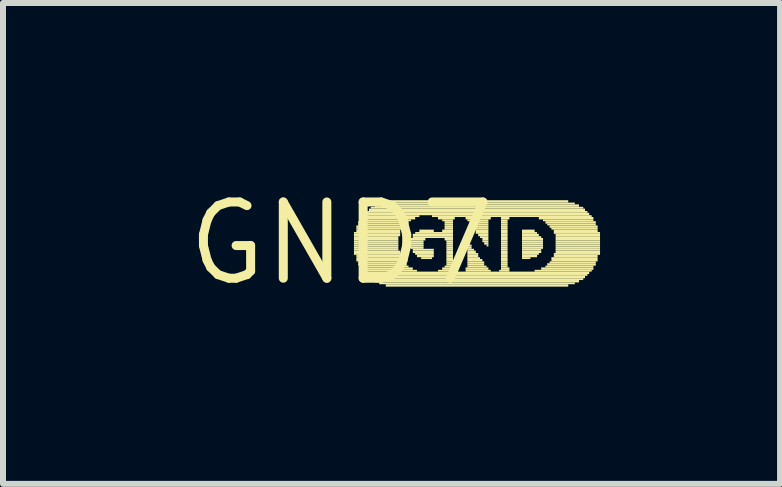
<source format=kicad_pcb>
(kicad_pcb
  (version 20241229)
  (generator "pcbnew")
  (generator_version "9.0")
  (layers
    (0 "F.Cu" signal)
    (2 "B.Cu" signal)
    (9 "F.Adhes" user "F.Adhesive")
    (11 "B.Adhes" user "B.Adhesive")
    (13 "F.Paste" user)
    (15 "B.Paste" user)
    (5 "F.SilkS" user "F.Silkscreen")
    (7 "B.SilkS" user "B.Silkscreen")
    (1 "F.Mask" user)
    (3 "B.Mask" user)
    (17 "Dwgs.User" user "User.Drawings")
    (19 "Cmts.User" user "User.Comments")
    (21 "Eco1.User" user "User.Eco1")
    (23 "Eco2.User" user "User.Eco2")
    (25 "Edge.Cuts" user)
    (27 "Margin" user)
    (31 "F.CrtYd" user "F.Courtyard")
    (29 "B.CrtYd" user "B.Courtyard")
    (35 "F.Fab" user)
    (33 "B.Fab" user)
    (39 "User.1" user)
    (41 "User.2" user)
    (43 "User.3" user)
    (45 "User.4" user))
  (footprint "GND7"
    (layer "F.Cu")
    (at 2.638 1.006)
    (property "Reference" "GND7" (at 0 0 0) (layer "F.SilkS") (effects (font (size 1.27 1.27) (thickness 0.15))))
    (fp_poly (pts (xy 0.21 -0.16) (xy 0.98 -0.16) (xy 0.98 -0.19) (xy 0.21 -0.19)) (stroke (width 0) (type default)) (fill yes) (layer "F.SilkS"))
    (fp_poly (pts (xy 0.21 -0.12) (xy 0.98 -0.12) (xy 0.98 -0.16) (xy 0.21 -0.16)) (stroke (width 0) (type default)) (fill yes) (layer "F.SilkS"))
    (fp_poly (pts (xy 0.21 -0.09) (xy 0.95 -0.09) (xy 0.95 -0.12) (xy 0.21 -0.12)) (stroke (width 0) (type default)) (fill yes) (layer "F.SilkS"))
    (fp_poly (pts (xy 0.21 -0.05) (xy 0.95 -0.05) (xy 0.95 -0.09) (xy 0.21 -0.09)) (stroke (width 0) (type default)) (fill yes) (layer "F.SilkS"))
    (fp_poly (pts (xy 0.21 -0.02) (xy 0.95 -0.02) (xy 0.95 -0.05) (xy 0.21 -0.05)) (stroke (width 0) (type default)) (fill yes) (layer "F.SilkS"))
    (fp_poly (pts (xy 0.21 0.02) (xy 0.95 0.02) (xy 0.95 -0.02) (xy 0.21 -0.02)) (stroke (width 0) (type default)) (fill yes) (layer "F.SilkS"))
    (fp_poly (pts (xy 0.21 0.05) (xy 0.95 0.05) (xy 0.95 0.02) (xy 0.21 0.02)) (stroke (width 0) (type default)) (fill yes) (layer "F.SilkS"))
    (fp_poly (pts (xy 0.21 0.09) (xy 0.95 0.09) (xy 0.95 0.05) (xy 0.21 0.05)) (stroke (width 0) (type default)) (fill yes) (layer "F.SilkS"))
    (fp_poly (pts (xy 0.21 0.12) (xy 0.95 0.12) (xy 0.95 0.09) (xy 0.21 0.09)) (stroke (width 0) (type default)) (fill yes) (layer "F.SilkS"))
    (fp_poly (pts (xy 0.21 0.16) (xy 0.98 0.16) (xy 0.98 0.12) (xy 0.21 0.12)) (stroke (width 0) (type default)) (fill yes) (layer "F.SilkS"))
    (fp_poly (pts (xy 0.21 0.19) (xy 0.98 0.19) (xy 0.98 0.16) (xy 0.21 0.16)) (stroke (width 0) (type default)) (fill yes) (layer "F.SilkS"))
    (fp_poly (pts (xy 0.25 -0.26) (xy 1.05 -0.26) (xy 1.05 -0.3) (xy 0.25 -0.3)) (stroke (width 0) (type default)) (fill yes) (layer "F.SilkS"))
    (fp_poly (pts (xy 0.25 -0.23) (xy 1.02 -0.23) (xy 1.02 -0.26) (xy 0.25 -0.26)) (stroke (width 0) (type default)) (fill yes) (layer "F.SilkS"))
    (fp_poly (pts (xy 0.25 -0.19) (xy 0.98 -0.19) (xy 0.98 -0.23) (xy 0.25 -0.23)) (stroke (width 0) (type default)) (fill yes) (layer "F.SilkS"))
    (fp_poly (pts (xy 0.25 0.23) (xy 0.98 0.23) (xy 0.98 0.19) (xy 0.25 0.19)) (stroke (width 0) (type default)) (fill yes) (layer "F.SilkS"))
    (fp_poly (pts (xy 0.25 0.26) (xy 1.02 0.26) (xy 1.02 0.23) (xy 0.25 0.23)) (stroke (width 0) (type default)) (fill yes) (layer "F.SilkS"))
    (fp_poly (pts (xy 0.25 0.3) (xy 1.02 0.3) (xy 1.02 0.26) (xy 0.25 0.26)) (stroke (width 0) (type default)) (fill yes) (layer "F.SilkS"))
    (fp_poly (pts (xy 0.28 -0.33) (xy 1.12 -0.33) (xy 1.12 -0.37) (xy 0.28 -0.37)) (stroke (width 0) (type default)) (fill yes) (layer "F.SilkS"))
    (fp_poly (pts (xy 0.28 -0.3) (xy 1.05 -0.3) (xy 1.05 -0.33) (xy 0.28 -0.33)) (stroke (width 0) (type default)) (fill yes) (layer "F.SilkS"))
    (fp_poly (pts (xy 0.28 0.33) (xy 1.05 0.33) (xy 1.05 0.3) (xy 0.28 0.3)) (stroke (width 0) (type default)) (fill yes) (layer "F.SilkS"))
    (fp_poly (pts (xy 0.28 0.37) (xy 1.09 0.37) (xy 1.09 0.33) (xy 0.28 0.33)) (stroke (width 0) (type default)) (fill yes) (layer "F.SilkS"))
    (fp_poly (pts (xy 0.32 -0.4) (xy 1.23 -0.4) (xy 1.23 -0.44) (xy 0.32 -0.44)) (stroke (width 0) (type default)) (fill yes) (layer "F.SilkS"))
    (fp_poly (pts (xy 0.32 -0.37) (xy 1.16 -0.37) (xy 1.16 -0.4) (xy 0.32 -0.4)) (stroke (width 0) (type default)) (fill yes) (layer "F.SilkS"))
    (fp_poly (pts (xy 0.32 0.4) (xy 1.12 0.4) (xy 1.12 0.37) (xy 0.32 0.37)) (stroke (width 0) (type default)) (fill yes) (layer "F.SilkS"))
    (fp_poly (pts (xy 0.32 0.44) (xy 1.19 0.44) (xy 1.19 0.4) (xy 0.32 0.4)) (stroke (width 0) (type default)) (fill yes) (layer "F.SilkS"))
    (fp_poly (pts (xy 0.35 -0.44) (xy 1.3 -0.44) (xy 1.3 -0.47) (xy 0.35 -0.47)) (stroke (width 0) (type default)) (fill yes) (layer "F.SilkS"))
    (fp_poly (pts (xy 0.35 0.47) (xy 1.26 0.47) (xy 1.26 0.44) (xy 0.35 0.44)) (stroke (width 0) (type default)) (fill yes) (layer "F.SilkS"))
    (fp_poly (pts (xy 0.39 -0.47) (xy 4.13 -0.47) (xy 4.13 -0.51) (xy 0.39 -0.51)) (stroke (width 0) (type default)) (fill yes) (layer "F.SilkS"))
    (fp_poly (pts (xy 0.39 0.51) (xy 4.13 0.51) (xy 4.13 0.47) (xy 0.39 0.47)) (stroke (width 0) (type default)) (fill yes) (layer "F.SilkS"))
    (fp_poly (pts (xy 0.42 -0.51) (xy 4.1 -0.51) (xy 4.1 -0.54) (xy 0.42 -0.54)) (stroke (width 0) (type default)) (fill yes) (layer "F.SilkS"))
    (fp_poly (pts (xy 0.42 0.54) (xy 4.1 0.54) (xy 4.1 0.51) (xy 0.42 0.51)) (stroke (width 0) (type default)) (fill yes) (layer "F.SilkS"))
    (fp_poly (pts (xy 0.46 -0.54) (xy 4.06 -0.54) (xy 4.06 -0.58) (xy 0.46 -0.58)) (stroke (width 0) (type default)) (fill yes) (layer "F.SilkS"))
    (fp_poly (pts (xy 0.46 0.58) (xy 4.06 0.58) (xy 4.06 0.54) (xy 0.46 0.54)) (stroke (width 0) (type default)) (fill yes) (layer "F.SilkS"))
    (fp_poly (pts (xy 0.49 -0.58) (xy 4.03 -0.58) (xy 4.03 -0.61) (xy 0.49 -0.61)) (stroke (width 0) (type default)) (fill yes) (layer "F.SilkS"))
    (fp_poly (pts (xy 0.49 0.61) (xy 4.03 0.61) (xy 4.03 0.58) (xy 0.49 0.58)) (stroke (width 0) (type default)) (fill yes) (layer "F.SilkS"))
    (fp_poly (pts (xy 0.56 -0.61) (xy 3.96 -0.61) (xy 3.96 -0.65) (xy 0.56 -0.65)) (stroke (width 0) (type default)) (fill yes) (layer "F.SilkS"))
    (fp_poly (pts (xy 0.56 0.65) (xy 3.96 0.65) (xy 3.96 0.61) (xy 0.56 0.61)) (stroke (width 0) (type default)) (fill yes) (layer "F.SilkS"))
    (fp_poly (pts (xy 0.63 -0.65) (xy 3.89 -0.65) (xy 3.89 -0.68) (xy 0.63 -0.68)) (stroke (width 0) (type default)) (fill yes) (layer "F.SilkS"))
    (fp_poly (pts (xy 0.63 0.68) (xy 3.89 0.68) (xy 3.89 0.65) (xy 0.63 0.65)) (stroke (width 0) (type default)) (fill yes) (layer "F.SilkS"))
    (fp_poly (pts (xy 0.74 -0.68) (xy 3.78 -0.68) (xy 3.78 -0.72) (xy 0.74 -0.72)) (stroke (width 0) (type default)) (fill yes) (layer "F.SilkS"))
    (fp_poly (pts (xy 0.74 0.72) (xy 3.78 0.72) (xy 3.78 0.68) (xy 0.74 0.68)) (stroke (width 0) (type default)) (fill yes) (layer "F.SilkS"))
    (fp_poly (pts (xy 1.16 -0.05) (xy 1.4 -0.05) (xy 1.4 -0.09) (xy 1.16 -0.09)) (stroke (width 0) (type default)) (fill yes) (layer "F.SilkS"))
    (fp_poly (pts (xy 1.16 -0.02) (xy 1.37 -0.02) (xy 1.37 -0.05) (xy 1.16 -0.05)) (stroke (width 0) (type default)) (fill yes) (layer "F.SilkS"))
    (fp_poly (pts (xy 1.16 0.02) (xy 1.37 0.02) (xy 1.37 -0.02) (xy 1.16 -0.02)) (stroke (width 0) (type default)) (fill yes) (layer "F.SilkS"))
    (fp_poly (pts (xy 1.16 0.05) (xy 1.37 0.05) (xy 1.37 0.02) (xy 1.16 0.02)) (stroke (width 0) (type default)) (fill yes) (layer "F.SilkS"))
    (fp_poly (pts (xy 1.16 0.09) (xy 1.37 0.09) (xy 1.37 0.05) (xy 1.16 0.05)) (stroke (width 0) (type default)) (fill yes) (layer "F.SilkS"))
    (fp_poly (pts (xy 1.19 -0.12) (xy 1.86 -0.12) (xy 1.86 -0.16) (xy 1.19 -0.16)) (stroke (width 0) (type default)) (fill yes) (layer "F.SilkS"))
    (fp_poly (pts (xy 1.19 -0.09) (xy 1.86 -0.09) (xy 1.86 -0.12) (xy 1.19 -0.12)) (stroke (width 0) (type default)) (fill yes) (layer "F.SilkS"))
    (fp_poly (pts (xy 1.19 0.12) (xy 1.54 0.12) (xy 1.54 0.09) (xy 1.19 0.09)) (stroke (width 0) (type default)) (fill yes) (layer "F.SilkS"))
    (fp_poly (pts (xy 1.19 0.16) (xy 1.54 0.16) (xy 1.54 0.12) (xy 1.19 0.12)) (stroke (width 0) (type default)) (fill yes) (layer "F.SilkS"))
    (fp_poly (pts (xy 1.23 -0.16) (xy 1.86 -0.16) (xy 1.86 -0.19) (xy 1.23 -0.19)) (stroke (width 0) (type default)) (fill yes) (layer "F.SilkS"))
    (fp_poly (pts (xy 1.23 0.19) (xy 1.54 0.19) (xy 1.54 0.16) (xy 1.23 0.16)) (stroke (width 0) (type default)) (fill yes) (layer "F.SilkS"))
    (fp_poly (pts (xy 1.26 0.23) (xy 1.54 0.23) (xy 1.54 0.19) (xy 1.26 0.19)) (stroke (width 0) (type default)) (fill yes) (layer "F.SilkS"))
    (fp_poly (pts (xy 1.3 -0.19) (xy 1.54 -0.19) (xy 1.54 -0.23) (xy 1.3 -0.23)) (stroke (width 0) (type default)) (fill yes) (layer "F.SilkS"))
    (fp_poly (pts (xy 1.33 0.26) (xy 1.51 0.26) (xy 1.51 0.23) (xy 1.33 0.23)) (stroke (width 0) (type default)) (fill yes) (layer "F.SilkS"))
    (fp_poly (pts (xy 1.51 -0.44) (xy 4.17 -0.44) (xy 4.17 -0.47) (xy 1.51 -0.47)) (stroke (width 0) (type default)) (fill yes) (layer "F.SilkS"))
    (fp_poly (pts (xy 1.61 -0.4) (xy 1.89 -0.4) (xy 1.89 -0.44) (xy 1.61 -0.44)) (stroke (width 0) (type default)) (fill yes) (layer "F.SilkS"))
    (fp_poly (pts (xy 1.61 0.47) (xy 1.89 0.47) (xy 1.89 0.44) (xy 1.61 0.44)) (stroke (width 0) (type default)) (fill yes) (layer "F.SilkS"))
    (fp_poly (pts (xy 1.68 -0.37) (xy 1.86 -0.37) (xy 1.86 -0.4) (xy 1.68 -0.4)) (stroke (width 0) (type default)) (fill yes) (layer "F.SilkS"))
    (fp_poly (pts (xy 1.68 -0.19) (xy 1.86 -0.19) (xy 1.86 -0.23) (xy 1.68 -0.23)) (stroke (width 0) (type default)) (fill yes) (layer "F.SilkS"))
    (fp_poly (pts (xy 1.68 0.44) (xy 1.89 0.44) (xy 1.89 0.4) (xy 1.68 0.4)) (stroke (width 0) (type default)) (fill yes) (layer "F.SilkS"))
    (fp_poly (pts (xy 1.72 -0.33) (xy 1.86 -0.33) (xy 1.86 -0.37) (xy 1.72 -0.37)) (stroke (width 0) (type default)) (fill yes) (layer "F.SilkS"))
    (fp_poly (pts (xy 1.72 -0.3) (xy 1.86 -0.3) (xy 1.86 -0.33) (xy 1.72 -0.33)) (stroke (width 0) (type default)) (fill yes) (layer "F.SilkS"))
    (fp_poly (pts (xy 1.72 -0.26) (xy 1.86 -0.26) (xy 1.86 -0.3) (xy 1.72 -0.3)) (stroke (width 0) (type default)) (fill yes) (layer "F.SilkS"))
    (fp_poly (pts (xy 1.72 -0.23) (xy 1.86 -0.23) (xy 1.86 -0.26) (xy 1.72 -0.26)) (stroke (width 0) (type default)) (fill yes) (layer "F.SilkS"))
    (fp_poly (pts (xy 1.72 -0.05) (xy 1.86 -0.05) (xy 1.86 -0.09) (xy 1.72 -0.09)) (stroke (width 0) (type default)) (fill yes) (layer "F.SilkS"))
    (fp_poly (pts (xy 1.72 0.4) (xy 1.86 0.4) (xy 1.86 0.37) (xy 1.72 0.37)) (stroke (width 0) (type default)) (fill yes) (layer "F.SilkS"))
    (fp_poly (pts (xy 1.75 -0.02) (xy 1.86 -0.02) (xy 1.86 -0.05) (xy 1.75 -0.05)) (stroke (width 0) (type default)) (fill yes) (layer "F.SilkS"))
    (fp_poly (pts (xy 1.75 0.02) (xy 1.86 0.02) (xy 1.86 -0.02) (xy 1.75 -0.02)) (stroke (width 0) (type default)) (fill yes) (layer "F.SilkS"))
    (fp_poly (pts (xy 1.75 0.05) (xy 1.86 0.05) (xy 1.86 0.02) (xy 1.75 0.02)) (stroke (width 0) (type default)) (fill yes) (layer "F.SilkS"))
    (fp_poly (pts (xy 1.75 0.09) (xy 1.86 0.09) (xy 1.86 0.05) (xy 1.75 0.05)) (stroke (width 0) (type default)) (fill yes) (layer "F.SilkS"))
    (fp_poly (pts (xy 1.75 0.12) (xy 1.86 0.12) (xy 1.86 0.09) (xy 1.75 0.09)) (stroke (width 0) (type default)) (fill yes) (layer "F.SilkS"))
    (fp_poly (pts (xy 1.75 0.16) (xy 1.86 0.16) (xy 1.86 0.12) (xy 1.75 0.12)) (stroke (width 0) (type default)) (fill yes) (layer "F.SilkS"))
    (fp_poly (pts (xy 1.75 0.19) (xy 1.86 0.19) (xy 1.86 0.16) (xy 1.75 0.16)) (stroke (width 0) (type default)) (fill yes) (layer "F.SilkS"))
    (fp_poly (pts (xy 1.75 0.23) (xy 1.86 0.23) (xy 1.86 0.19) (xy 1.75 0.19)) (stroke (width 0) (type default)) (fill yes) (layer "F.SilkS"))
    (fp_poly (pts (xy 1.75 0.26) (xy 1.86 0.26) (xy 1.86 0.23) (xy 1.75 0.23)) (stroke (width 0) (type default)) (fill yes) (layer "F.SilkS"))
    (fp_poly (pts (xy 1.75 0.3) (xy 1.86 0.3) (xy 1.86 0.26) (xy 1.75 0.26)) (stroke (width 0) (type default)) (fill yes) (layer "F.SilkS"))
    (fp_poly (pts (xy 1.75 0.33) (xy 1.86 0.33) (xy 1.86 0.3) (xy 1.75 0.3)) (stroke (width 0) (type default)) (fill yes) (layer "F.SilkS"))
    (fp_poly (pts (xy 1.75 0.37) (xy 1.86 0.37) (xy 1.86 0.33) (xy 1.75 0.33)) (stroke (width 0) (type default)) (fill yes) (layer "F.SilkS"))
    (fp_poly (pts (xy 2.07 -0.4) (xy 2.49 -0.4) (xy 2.49 -0.44) (xy 2.07 -0.44)) (stroke (width 0) (type default)) (fill yes) (layer "F.SilkS"))
    (fp_poly (pts (xy 2.07 0.44) (xy 2.45 0.44) (xy 2.45 0.4) (xy 2.07 0.4)) (stroke (width 0) (type default)) (fill yes) (layer "F.SilkS"))
    (fp_poly (pts (xy 2.07 0.47) (xy 2.49 0.47) (xy 2.49 0.44) (xy 2.07 0.44)) (stroke (width 0) (type default)) (fill yes) (layer "F.SilkS"))
    (fp_poly (pts (xy 2.1 -0.37) (xy 2.45 -0.37) (xy 2.45 -0.4) (xy 2.1 -0.4)) (stroke (width 0) (type default)) (fill yes) (layer "F.SilkS"))
    (fp_poly (pts (xy 2.1 0.02) (xy 2.14 0.02) (xy 2.14 -0.02) (xy 2.1 -0.02)) (stroke (width 0) (type default)) (fill yes) (layer "F.SilkS"))
    (fp_poly (pts (xy 2.1 0.05) (xy 2.17 0.05) (xy 2.17 0.02) (xy 2.1 0.02)) (stroke (width 0) (type default)) (fill yes) (layer "F.SilkS"))
    (fp_poly (pts (xy 2.1 0.09) (xy 2.17 0.09) (xy 2.17 0.05) (xy 2.1 0.05)) (stroke (width 0) (type default)) (fill yes) (layer "F.SilkS"))
    (fp_poly (pts (xy 2.1 0.12) (xy 2.21 0.12) (xy 2.21 0.09) (xy 2.1 0.09)) (stroke (width 0) (type default)) (fill yes) (layer "F.SilkS"))
    (fp_poly (pts (xy 2.1 0.16) (xy 2.24 0.16) (xy 2.24 0.12) (xy 2.1 0.12)) (stroke (width 0) (type default)) (fill yes) (layer "F.SilkS"))
    (fp_poly (pts (xy 2.1 0.19) (xy 2.28 0.19) (xy 2.28 0.16) (xy 2.1 0.16)) (stroke (width 0) (type default)) (fill yes) (layer "F.SilkS"))
    (fp_poly (pts (xy 2.1 0.23) (xy 2.28 0.23) (xy 2.28 0.19) (xy 2.1 0.19)) (stroke (width 0) (type default)) (fill yes) (layer "F.SilkS"))
    (fp_poly (pts (xy 2.1 0.26) (xy 2.31 0.26) (xy 2.31 0.23) (xy 2.1 0.23)) (stroke (width 0) (type default)) (fill yes) (layer "F.SilkS"))
    (fp_poly (pts (xy 2.1 0.3) (xy 2.35 0.3) (xy 2.35 0.26) (xy 2.1 0.26)) (stroke (width 0) (type default)) (fill yes) (layer "F.SilkS"))
    (fp_poly (pts (xy 2.1 0.33) (xy 2.38 0.33) (xy 2.38 0.3) (xy 2.1 0.3)) (stroke (width 0) (type default)) (fill yes) (layer "F.SilkS"))
    (fp_poly (pts (xy 2.1 0.37) (xy 2.38 0.37) (xy 2.38 0.33) (xy 2.1 0.33)) (stroke (width 0) (type default)) (fill yes) (layer "F.SilkS"))
    (fp_poly (pts (xy 2.1 0.4) (xy 2.42 0.4) (xy 2.42 0.37) (xy 2.1 0.37)) (stroke (width 0) (type default)) (fill yes) (layer "F.SilkS"))
    (fp_poly (pts (xy 2.14 -0.33) (xy 2.45 -0.33) (xy 2.45 -0.37) (xy 2.14 -0.37)) (stroke (width 0) (type default)) (fill yes) (layer "F.SilkS"))
    (fp_poly (pts (xy 2.14 -0.3) (xy 2.45 -0.3) (xy 2.45 -0.33) (xy 2.14 -0.33)) (stroke (width 0) (type default)) (fill yes) (layer "F.SilkS"))
    (fp_poly (pts (xy 2.17 -0.26) (xy 2.45 -0.26) (xy 2.45 -0.3) (xy 2.17 -0.3)) (stroke (width 0) (type default)) (fill yes) (layer "F.SilkS"))
    (fp_poly (pts (xy 2.21 -0.23) (xy 2.45 -0.23) (xy 2.45 -0.26) (xy 2.21 -0.26)) (stroke (width 0) (type default)) (fill yes) (layer "F.SilkS"))
    (fp_poly (pts (xy 2.24 -0.19) (xy 2.45 -0.19) (xy 2.45 -0.23) (xy 2.24 -0.23)) (stroke (width 0) (type default)) (fill yes) (layer "F.SilkS"))
    (fp_poly (pts (xy 2.24 -0.16) (xy 2.45 -0.16) (xy 2.45 -0.19) (xy 2.24 -0.19)) (stroke (width 0) (type default)) (fill yes) (layer "F.SilkS"))
    (fp_poly (pts (xy 2.28 -0.12) (xy 2.45 -0.12) (xy 2.45 -0.16) (xy 2.28 -0.16)) (stroke (width 0) (type default)) (fill yes) (layer "F.SilkS"))
    (fp_poly (pts (xy 2.31 -0.09) (xy 2.45 -0.09) (xy 2.45 -0.12) (xy 2.31 -0.12)) (stroke (width 0) (type default)) (fill yes) (layer "F.SilkS"))
    (fp_poly (pts (xy 2.35 -0.05) (xy 2.45 -0.05) (xy 2.45 -0.09) (xy 2.35 -0.09)) (stroke (width 0) (type default)) (fill yes) (layer "F.SilkS"))
    (fp_poly (pts (xy 2.35 -0.02) (xy 2.45 -0.02) (xy 2.45 -0.05) (xy 2.35 -0.05)) (stroke (width 0) (type default)) (fill yes) (layer "F.SilkS"))
    (fp_poly (pts (xy 2.38 0.02) (xy 2.45 0.02) (xy 2.45 -0.02) (xy 2.38 -0.02)) (stroke (width 0) (type default)) (fill yes) (layer "F.SilkS"))
    (fp_poly (pts (xy 2.42 0.05) (xy 2.45 0.05) (xy 2.45 0.02) (xy 2.42 0.02)) (stroke (width 0) (type default)) (fill yes) (layer "F.SilkS"))
    (fp_poly (pts (xy 2.63 0.47) (xy 2.8 0.47) (xy 2.8 0.44) (xy 2.63 0.44)) (stroke (width 0) (type default)) (fill yes) (layer "F.SilkS"))
    (fp_poly (pts (xy 2.66 -0.4) (xy 2.8 -0.4) (xy 2.8 -0.44) (xy 2.66 -0.44)) (stroke (width 0) (type default)) (fill yes) (layer "F.SilkS"))
    (fp_poly (pts (xy 2.66 -0.37) (xy 2.77 -0.37) (xy 2.77 -0.4) (xy 2.66 -0.4)) (stroke (width 0) (type default)) (fill yes) (layer "F.SilkS"))
    (fp_poly (pts (xy 2.66 -0.33) (xy 2.77 -0.33) (xy 2.77 -0.37) (xy 2.66 -0.37)) (stroke (width 0) (type default)) (fill yes) (layer "F.SilkS"))
    (fp_poly (pts (xy 2.66 -0.3) (xy 2.77 -0.3) (xy 2.77 -0.33) (xy 2.66 -0.33)) (stroke (width 0) (type default)) (fill yes) (layer "F.SilkS"))
    (fp_poly (pts (xy 2.66 -0.26) (xy 2.77 -0.26) (xy 2.77 -0.3) (xy 2.66 -0.3)) (stroke (width 0) (type default)) (fill yes) (layer "F.SilkS"))
    (fp_poly (pts (xy 2.66 -0.23) (xy 2.77 -0.23) (xy 2.77 -0.26) (xy 2.66 -0.26)) (stroke (width 0) (type default)) (fill yes) (layer "F.SilkS"))
    (fp_poly (pts (xy 2.66 -0.19) (xy 2.77 -0.19) (xy 2.77 -0.23) (xy 2.66 -0.23)) (stroke (width 0) (type default)) (fill yes) (layer "F.SilkS"))
    (fp_poly (pts (xy 2.66 -0.16) (xy 2.77 -0.16) (xy 2.77 -0.19) (xy 2.66 -0.19)) (stroke (width 0) (type default)) (fill yes) (layer "F.SilkS"))
    (fp_poly (pts (xy 2.66 -0.12) (xy 2.77 -0.12) (xy 2.77 -0.16) (xy 2.66 -0.16)) (stroke (width 0) (type default)) (fill yes) (layer "F.SilkS"))
    (fp_poly (pts (xy 2.66 -0.09) (xy 2.77 -0.09) (xy 2.77 -0.12) (xy 2.66 -0.12)) (stroke (width 0) (type default)) (fill yes) (layer "F.SilkS"))
    (fp_poly (pts (xy 2.66 -0.05) (xy 2.77 -0.05) (xy 2.77 -0.09) (xy 2.66 -0.09)) (stroke (width 0) (type default)) (fill yes) (layer "F.SilkS"))
    (fp_poly (pts (xy 2.66 -0.02) (xy 2.77 -0.02) (xy 2.77 -0.05) (xy 2.66 -0.05)) (stroke (width 0) (type default)) (fill yes) (layer "F.SilkS"))
    (fp_poly (pts (xy 2.66 0.02) (xy 2.77 0.02) (xy 2.77 -0.02) (xy 2.66 -0.02)) (stroke (width 0) (type default)) (fill yes) (layer "F.SilkS"))
    (fp_poly (pts (xy 2.66 0.05) (xy 2.77 0.05) (xy 2.77 0.02) (xy 2.66 0.02)) (stroke (width 0) (type default)) (fill yes) (layer "F.SilkS"))
    (fp_poly (pts (xy 2.66 0.09) (xy 2.77 0.09) (xy 2.77 0.05) (xy 2.66 0.05)) (stroke (width 0) (type default)) (fill yes) (layer "F.SilkS"))
    (fp_poly (pts (xy 2.66 0.12) (xy 2.77 0.12) (xy 2.77 0.09) (xy 2.66 0.09)) (stroke (width 0) (type default)) (fill yes) (layer "F.SilkS"))
    (fp_poly (pts (xy 2.66 0.16) (xy 2.77 0.16) (xy 2.77 0.12) (xy 2.66 0.12)) (stroke (width 0) (type default)) (fill yes) (layer "F.SilkS"))
    (fp_poly (pts (xy 2.66 0.19) (xy 2.77 0.19) (xy 2.77 0.16) (xy 2.66 0.16)) (stroke (width 0) (type default)) (fill yes) (layer "F.SilkS"))
    (fp_poly (pts (xy 2.66 0.23) (xy 2.77 0.23) (xy 2.77 0.19) (xy 2.66 0.19)) (stroke (width 0) (type default)) (fill yes) (layer "F.SilkS"))
    (fp_poly (pts (xy 2.66 0.26) (xy 2.77 0.26) (xy 2.77 0.23) (xy 2.66 0.23)) (stroke (width 0) (type default)) (fill yes) (layer "F.SilkS"))
    (fp_poly (pts (xy 2.66 0.3) (xy 2.77 0.3) (xy 2.77 0.26) (xy 2.66 0.26)) (stroke (width 0) (type default)) (fill yes) (layer "F.SilkS"))
    (fp_poly (pts (xy 2.66 0.33) (xy 2.77 0.33) (xy 2.77 0.3) (xy 2.66 0.3)) (stroke (width 0) (type default)) (fill yes) (layer "F.SilkS"))
    (fp_poly (pts (xy 2.66 0.37) (xy 2.77 0.37) (xy 2.77 0.33) (xy 2.66 0.33)) (stroke (width 0) (type default)) (fill yes) (layer "F.SilkS"))
    (fp_poly (pts (xy 2.66 0.4) (xy 2.77 0.4) (xy 2.77 0.37) (xy 2.66 0.37)) (stroke (width 0) (type default)) (fill yes) (layer "F.SilkS"))
    (fp_poly (pts (xy 2.66 0.44) (xy 2.8 0.44) (xy 2.8 0.4) (xy 2.66 0.4)) (stroke (width 0) (type default)) (fill yes) (layer "F.SilkS"))
    (fp_poly (pts (xy 3.01 -0.19) (xy 3.22 -0.19) (xy 3.22 -0.23) (xy 3.01 -0.23)) (stroke (width 0) (type default)) (fill yes) (layer "F.SilkS"))
    (fp_poly (pts (xy 3.01 -0.16) (xy 3.26 -0.16) (xy 3.26 -0.19) (xy 3.01 -0.19)) (stroke (width 0) (type default)) (fill yes) (layer "F.SilkS"))
    (fp_poly (pts (xy 3.01 -0.12) (xy 3.29 -0.12) (xy 3.29 -0.16) (xy 3.01 -0.16)) (stroke (width 0) (type default)) (fill yes) (layer "F.SilkS"))
    (fp_poly (pts (xy 3.01 -0.09) (xy 3.33 -0.09) (xy 3.33 -0.12) (xy 3.01 -0.12)) (stroke (width 0) (type default)) (fill yes) (layer "F.SilkS"))
    (fp_poly (pts (xy 3.01 -0.05) (xy 3.36 -0.05) (xy 3.36 -0.09) (xy 3.01 -0.09)) (stroke (width 0) (type default)) (fill yes) (layer "F.SilkS"))
    (fp_poly (pts (xy 3.01 -0.02) (xy 3.36 -0.02) (xy 3.36 -0.05) (xy 3.01 -0.05)) (stroke (width 0) (type default)) (fill yes) (layer "F.SilkS"))
    (fp_poly (pts (xy 3.01 0.02) (xy 3.36 0.02) (xy 3.36 -0.02) (xy 3.01 -0.02)) (stroke (width 0) (type default)) (fill yes) (layer "F.SilkS"))
    (fp_poly (pts (xy 3.01 0.05) (xy 3.36 0.05) (xy 3.36 0.02) (xy 3.01 0.02)) (stroke (width 0) (type default)) (fill yes) (layer "F.SilkS"))
    (fp_poly (pts (xy 3.01 0.09) (xy 3.36 0.09) (xy 3.36 0.05) (xy 3.01 0.05)) (stroke (width 0) (type default)) (fill yes) (layer "F.SilkS"))
    (fp_poly (pts (xy 3.01 0.12) (xy 3.33 0.12) (xy 3.33 0.09) (xy 3.01 0.09)) (stroke (width 0) (type default)) (fill yes) (layer "F.SilkS"))
    (fp_poly (pts (xy 3.01 0.16) (xy 3.33 0.16) (xy 3.33 0.12) (xy 3.01 0.12)) (stroke (width 0) (type default)) (fill yes) (layer "F.SilkS"))
    (fp_poly (pts (xy 3.01 0.19) (xy 3.29 0.19) (xy 3.29 0.16) (xy 3.01 0.16)) (stroke (width 0) (type default)) (fill yes) (layer "F.SilkS"))
    (fp_poly (pts (xy 3.01 0.23) (xy 3.26 0.23) (xy 3.26 0.19) (xy 3.01 0.19)) (stroke (width 0) (type default)) (fill yes) (layer "F.SilkS"))
    (fp_poly (pts (xy 3.01 0.26) (xy 3.15 0.26) (xy 3.15 0.23) (xy 3.01 0.23)) (stroke (width 0) (type default)) (fill yes) (layer "F.SilkS"))
    (fp_poly (pts (xy 3.22 0.47) (xy 4.17 0.47) (xy 4.17 0.44) (xy 3.22 0.44)) (stroke (width 0) (type default)) (fill yes) (layer "F.SilkS"))
    (fp_poly (pts (xy 3.29 -0.4) (xy 4.2 -0.4) (xy 4.2 -0.44) (xy 3.29 -0.44)) (stroke (width 0) (type default)) (fill yes) (layer "F.SilkS"))
    (fp_poly (pts (xy 3.33 0.44) (xy 4.2 0.44) (xy 4.2 0.4) (xy 3.33 0.4)) (stroke (width 0) (type default)) (fill yes) (layer "F.SilkS"))
    (fp_poly (pts (xy 3.36 -0.37) (xy 4.2 -0.37) (xy 4.2 -0.4) (xy 3.36 -0.4)) (stroke (width 0) (type default)) (fill yes) (layer "F.SilkS"))
    (fp_poly (pts (xy 3.4 -0.33) (xy 4.24 -0.33) (xy 4.24 -0.37) (xy 3.4 -0.37)) (stroke (width 0) (type default)) (fill yes) (layer "F.SilkS"))
    (fp_poly (pts (xy 3.4 0.4) (xy 4.2 0.4) (xy 4.2 0.37) (xy 3.4 0.37)) (stroke (width 0) (type default)) (fill yes) (layer "F.SilkS"))
    (fp_poly (pts (xy 3.43 -0.3) (xy 4.24 -0.3) (xy 4.24 -0.33) (xy 3.43 -0.33)) (stroke (width 0) (type default)) (fill yes) (layer "F.SilkS"))
    (fp_poly (pts (xy 3.43 0.37) (xy 4.24 0.37) (xy 4.24 0.33) (xy 3.43 0.33)) (stroke (width 0) (type default)) (fill yes) (layer "F.SilkS"))
    (fp_poly (pts (xy 3.47 -0.26) (xy 4.27 -0.26) (xy 4.27 -0.3) (xy 3.47 -0.3)) (stroke (width 0) (type default)) (fill yes) (layer "F.SilkS"))
    (fp_poly (pts (xy 3.47 0.33) (xy 4.24 0.33) (xy 4.24 0.3) (xy 3.47 0.3)) (stroke (width 0) (type default)) (fill yes) (layer "F.SilkS"))
    (fp_poly (pts (xy 3.5 -0.23) (xy 4.27 -0.23) (xy 4.27 -0.26) (xy 3.5 -0.26)) (stroke (width 0) (type default)) (fill yes) (layer "F.SilkS"))
    (fp_poly (pts (xy 3.5 0.26) (xy 4.27 0.26) (xy 4.27 0.23) (xy 3.5 0.23)) (stroke (width 0) (type default)) (fill yes) (layer "F.SilkS"))
    (fp_poly (pts (xy 3.5 0.3) (xy 4.27 0.3) (xy 4.27 0.26) (xy 3.5 0.26)) (stroke (width 0) (type default)) (fill yes) (layer "F.SilkS"))
    (fp_poly (pts (xy 3.54 -0.19) (xy 4.27 -0.19) (xy 4.27 -0.23) (xy 3.54 -0.23)) (stroke (width 0) (type default)) (fill yes) (layer "F.SilkS"))
    (fp_poly (pts (xy 3.54 -0.16) (xy 4.31 -0.16) (xy 4.31 -0.19) (xy 3.54 -0.19)) (stroke (width 0) (type default)) (fill yes) (layer "F.SilkS"))
    (fp_poly (pts (xy 3.54 0.19) (xy 4.31 0.19) (xy 4.31 0.16) (xy 3.54 0.16)) (stroke (width 0) (type default)) (fill yes) (layer "F.SilkS"))
    (fp_poly (pts (xy 3.54 0.23) (xy 4.27 0.23) (xy 4.27 0.19) (xy 3.54 0.19)) (stroke (width 0) (type default)) (fill yes) (layer "F.SilkS"))
    (fp_poly (pts (xy 3.57 -0.12) (xy 4.31 -0.12) (xy 4.31 -0.16) (xy 3.57 -0.16)) (stroke (width 0) (type default)) (fill yes) (layer "F.SilkS"))
    (fp_poly (pts (xy 3.57 -0.09) (xy 4.31 -0.09) (xy 4.31 -0.12) (xy 3.57 -0.12)) (stroke (width 0) (type default)) (fill yes) (layer "F.SilkS"))
    (fp_poly (pts (xy 3.57 -0.05) (xy 4.31 -0.05) (xy 4.31 -0.09) (xy 3.57 -0.09)) (stroke (width 0) (type default)) (fill yes) (layer "F.SilkS"))
    (fp_poly (pts (xy 3.57 -0.02) (xy 4.31 -0.02) (xy 4.31 -0.05) (xy 3.57 -0.05)) (stroke (width 0) (type default)) (fill yes) (layer "F.SilkS"))
    (fp_poly (pts (xy 3.57 0.02) (xy 4.31 0.02) (xy 4.31 -0.02) (xy 3.57 -0.02)) (stroke (width 0) (type default)) (fill yes) (layer "F.SilkS"))
    (fp_poly (pts (xy 3.57 0.05) (xy 4.31 0.05) (xy 4.31 0.02) (xy 3.57 0.02)) (stroke (width 0) (type default)) (fill yes) (layer "F.SilkS"))
    (fp_poly (pts (xy 3.57 0.09) (xy 4.31 0.09) (xy 4.31 0.05) (xy 3.57 0.05)) (stroke (width 0) (type default)) (fill yes) (layer "F.SilkS"))
    (fp_poly (pts (xy 3.57 0.12) (xy 4.31 0.12) (xy 4.31 0.09) (xy 3.57 0.09)) (stroke (width 0) (type default)) (fill yes) (layer "F.SilkS"))
    (fp_poly (pts (xy 3.57 0.16) (xy 4.31 0.16) (xy 4.31 0.12) (xy 3.57 0.12)) (stroke (width 0) (type default)) (fill yes) (layer "F.SilkS")))
  (gr_rect
    (start -3 -3)
    (end 9.948 5.012)
    (stroke (width 0.1) (type default))
    (fill no)
    (layer "Edge.Cuts")))
</source>
